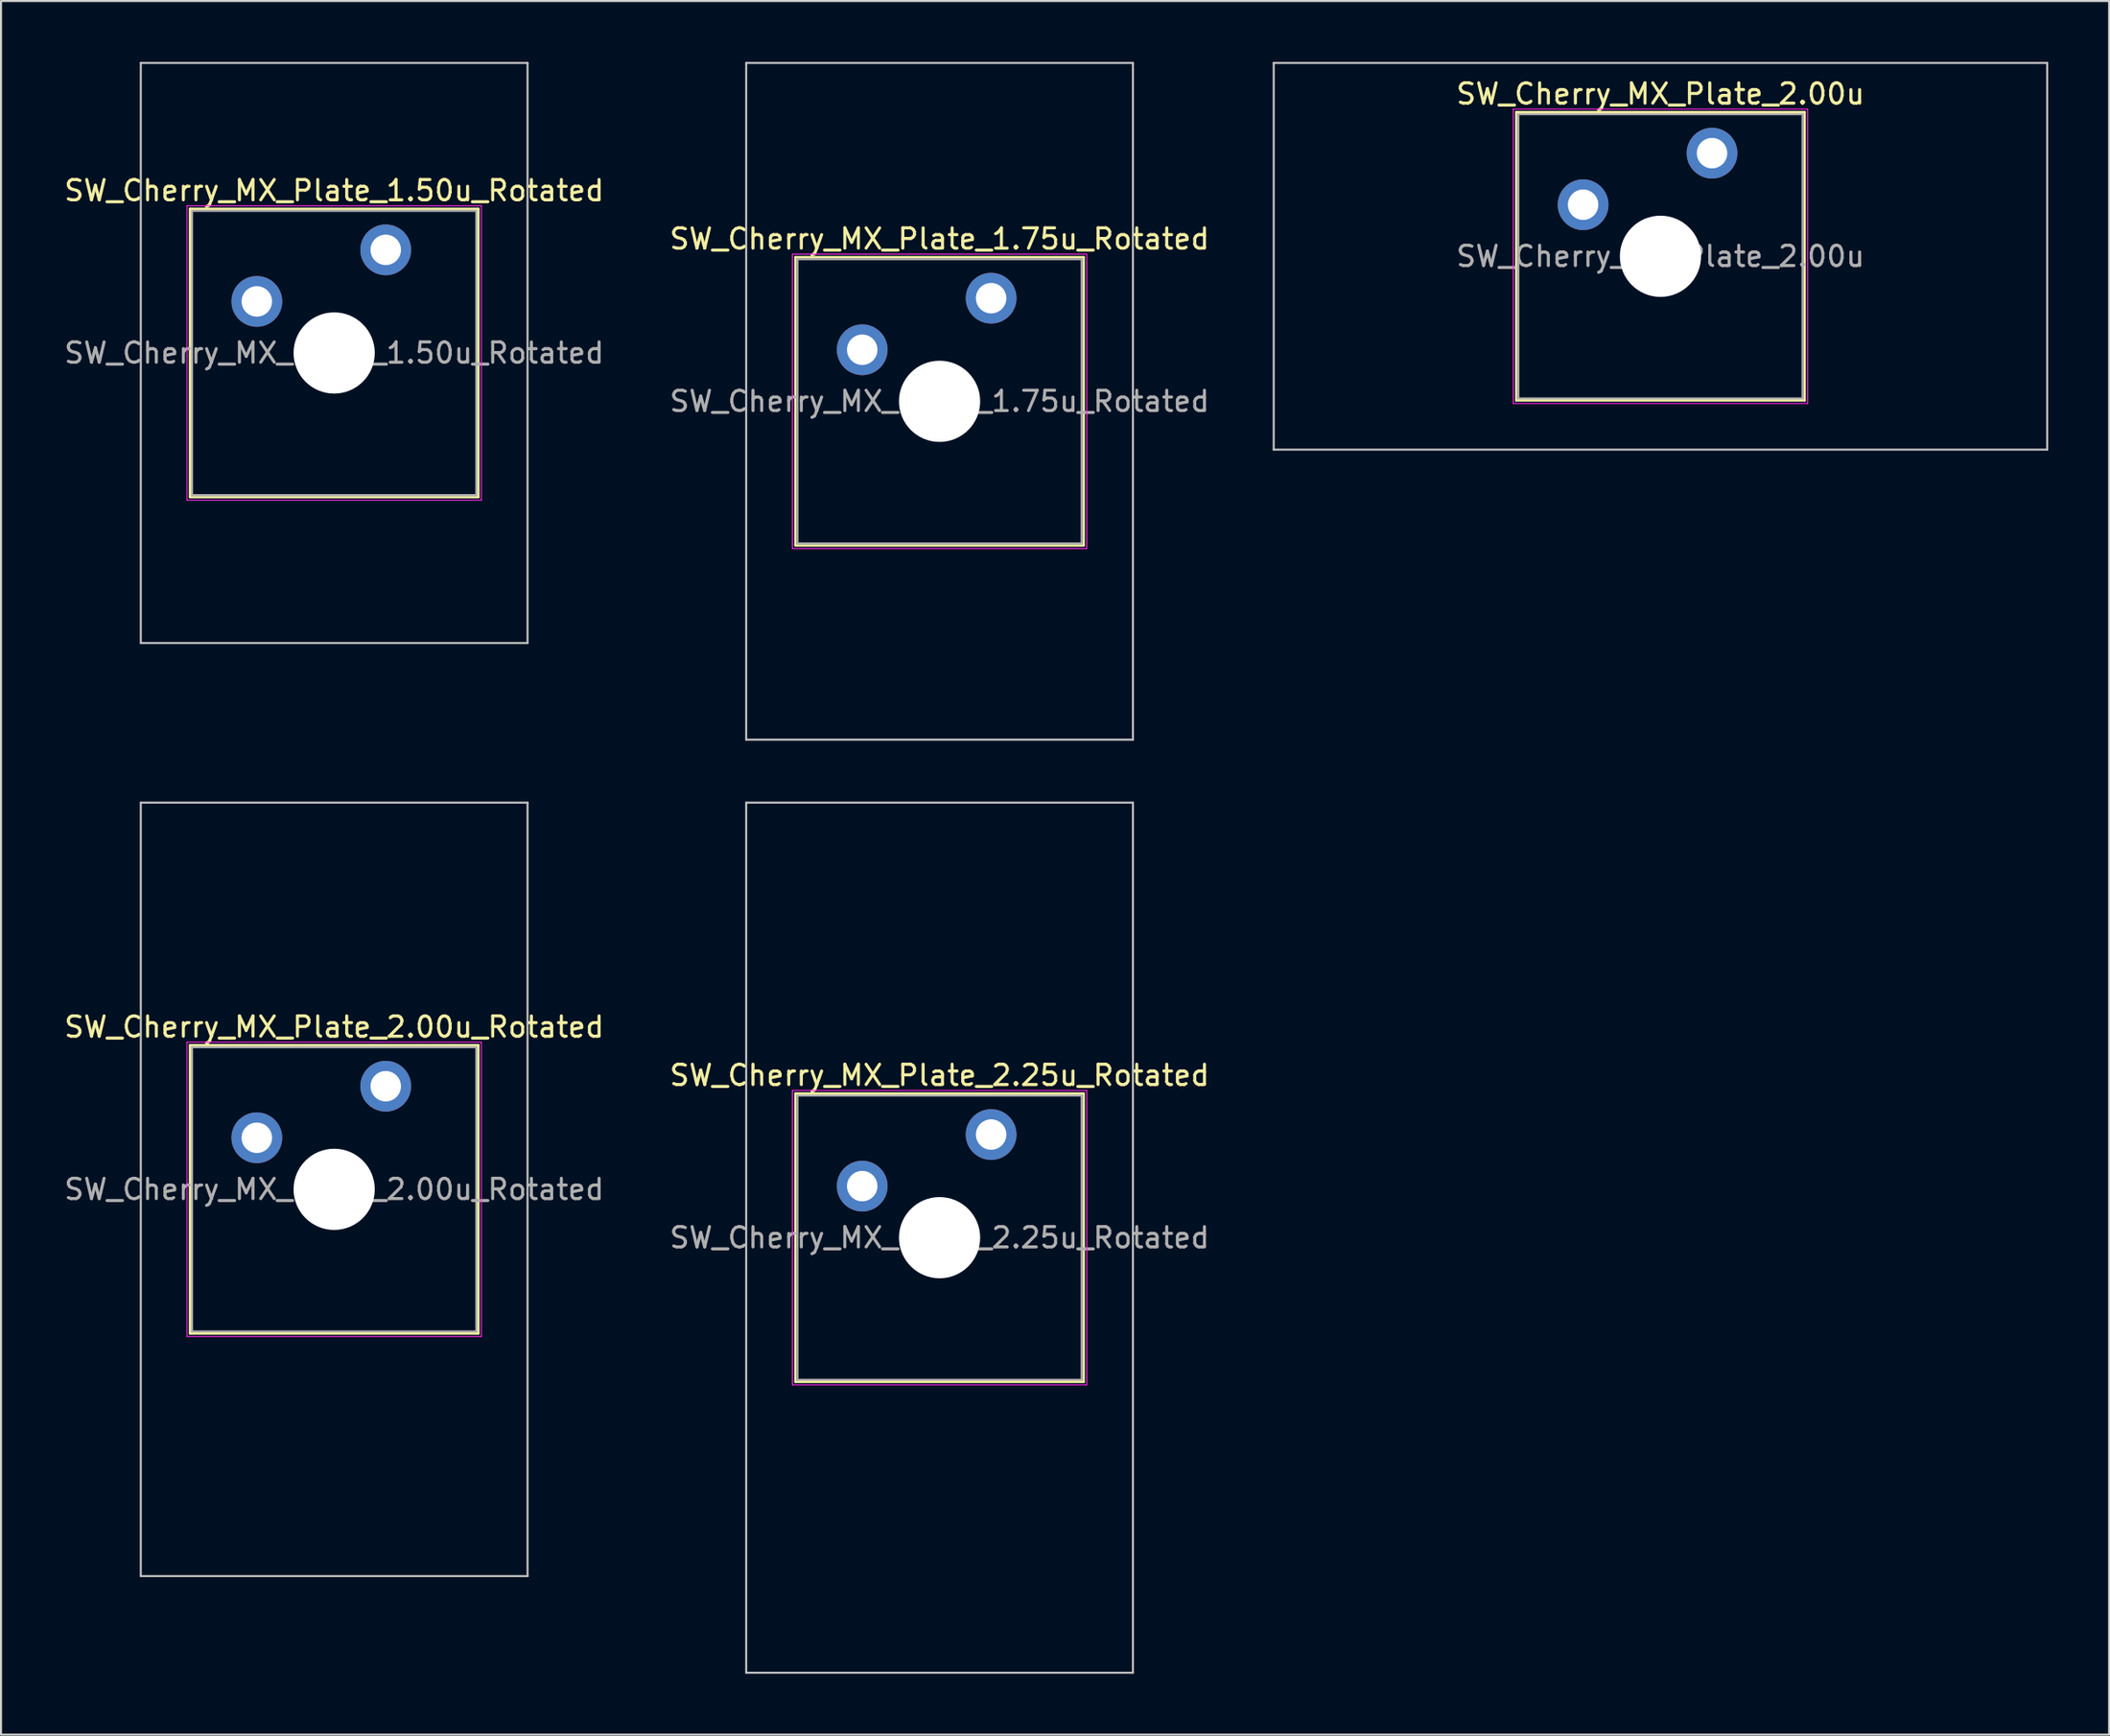
<source format=kicad_pcb>
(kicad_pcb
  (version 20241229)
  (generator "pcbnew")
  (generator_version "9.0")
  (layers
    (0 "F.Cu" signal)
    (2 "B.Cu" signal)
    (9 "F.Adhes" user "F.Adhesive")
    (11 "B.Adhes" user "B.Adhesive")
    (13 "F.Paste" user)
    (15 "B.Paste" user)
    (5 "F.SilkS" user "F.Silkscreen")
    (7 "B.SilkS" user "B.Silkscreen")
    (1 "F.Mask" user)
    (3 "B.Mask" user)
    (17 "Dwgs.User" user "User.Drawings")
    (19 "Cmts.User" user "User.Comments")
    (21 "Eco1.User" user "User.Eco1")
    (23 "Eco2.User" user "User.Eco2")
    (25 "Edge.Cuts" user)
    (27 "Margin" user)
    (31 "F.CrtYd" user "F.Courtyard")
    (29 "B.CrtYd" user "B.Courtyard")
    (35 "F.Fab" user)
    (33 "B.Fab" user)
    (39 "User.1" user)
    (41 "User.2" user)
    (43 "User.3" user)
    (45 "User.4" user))
  (footprint "SW_Cherry_MX_Plate_2.00u"
    (layer "F.Cu")
    (at 78.743 9.575)
    (property "Reference" "SW_Cherry_MX_Plate_2.00u" (at 0 -8 0) (layer "F.SilkS") (effects (font (size 1 1) (thickness 0.15))))
    (attr through_hole)
    (fp_line (start -7.1 -7.1) (end -7.1 7.1) (stroke (width 0.12) (type solid)) (layer "F.SilkS"))
    (fp_line (start -7.1 7.1) (end 7.1 7.1) (stroke (width 0.12) (type solid)) (layer "F.SilkS"))
    (fp_line (start 7.1 -7.1) (end -7.1 -7.1) (stroke (width 0.12) (type solid)) (layer "F.SilkS"))
    (fp_line (start 7.1 7.1) (end 7.1 -7.1) (stroke (width 0.12) (type solid)) (layer "F.SilkS"))
    (fp_line (start -19.05 -9.525) (end -19.05 9.525) (stroke (width 0.1) (type solid)) (layer "Dwgs.User"))
    (fp_line (start -19.05 9.525) (end 19.05 9.525) (stroke (width 0.1) (type solid)) (layer "Dwgs.User"))
    (fp_line (start 19.05 -9.525) (end -19.05 -9.525) (stroke (width 0.1) (type solid)) (layer "Dwgs.User"))
    (fp_line (start 19.05 9.525) (end 19.05 -9.525) (stroke (width 0.1) (type solid)) (layer "Dwgs.User"))
    (fp_line (start -7.25 -7.25) (end -7.25 7.25) (stroke (width 0.05) (type solid)) (layer "F.CrtYd"))
    (fp_line (start -7.25 7.25) (end 7.25 7.25) (stroke (width 0.05) (type solid)) (layer "F.CrtYd"))
    (fp_line (start 7.25 -7.25) (end -7.25 -7.25) (stroke (width 0.05) (type solid)) (layer "F.CrtYd"))
    (fp_line (start 7.25 7.25) (end 7.25 -7.25) (stroke (width 0.05) (type solid)) (layer "F.CrtYd"))
    (fp_line (start -7 -7) (end -7 7) (stroke (width 0.1) (type solid)) (layer "F.Fab"))
    (fp_line (start -7 7) (end 7 7) (stroke (width 0.1) (type solid)) (layer "F.Fab"))
    (fp_line (start 7 -7) (end -7 -7) (stroke (width 0.1) (type solid)) (layer "F.Fab"))
    (fp_line (start 7 7) (end 7 -7) (stroke (width 0.1) (type solid)) (layer "F.Fab"))
    (fp_text user "${REFERENCE}" (at 0 0 0) (layer "F.Fab") (effects (font (size 1 1) (thickness 0.15))))
    (pad "" np_thru_hole circle (at 0 0) (size 4 4) (drill 4) (layers "*.Cu" "*.Mask"))
    (pad "1" thru_hole circle (at -3.81 -2.54) (size 2.5 2.5) (drill 1.5) (layers "*.Cu" "B.Mask"))
    (pad "2" thru_hole circle (at 2.54 -5.08) (size 2.5 2.5) (drill 1.5) (layers "*.Cu" "B.Mask")))
  (footprint "SW_Cherry_MX_Plate_1.50u_Rotated"
    (layer "F.Cu")
    (at 13.411 14.338)
    (property "Reference" "SW_Cherry_MX_Plate_1.50u_Rotated" (at 0 -8 0) (layer "F.SilkS") (effects (font (size 1 1) (thickness 0.15))))
    (attr through_hole)
    (fp_line (start -7.1 -7.1) (end -7.1 7.1) (stroke (width 0.12) (type solid)) (layer "F.SilkS"))
    (fp_line (start -7.1 7.1) (end 7.1 7.1) (stroke (width 0.12) (type solid)) (layer "F.SilkS"))
    (fp_line (start 7.1 -7.1) (end -7.1 -7.1) (stroke (width 0.12) (type solid)) (layer "F.SilkS"))
    (fp_line (start 7.1 7.1) (end 7.1 -7.1) (stroke (width 0.12) (type solid)) (layer "F.SilkS"))
    (fp_line (start -9.525 -14.287) (end -9.525 14.287) (stroke (width 0.1) (type solid)) (layer "Dwgs.User"))
    (fp_line (start -9.525 14.287) (end 9.525 14.287) (stroke (width 0.1) (type solid)) (layer "Dwgs.User"))
    (fp_line (start 9.525 -14.287) (end -9.525 -14.287) (stroke (width 0.1) (type solid)) (layer "Dwgs.User"))
    (fp_line (start 9.525 14.287) (end 9.525 -14.287) (stroke (width 0.1) (type solid)) (layer "Dwgs.User"))
    (fp_line (start -7.25 -7.25) (end -7.25 7.25) (stroke (width 0.05) (type solid)) (layer "F.CrtYd"))
    (fp_line (start -7.25 7.25) (end 7.25 7.25) (stroke (width 0.05) (type solid)) (layer "F.CrtYd"))
    (fp_line (start 7.25 -7.25) (end -7.25 -7.25) (stroke (width 0.05) (type solid)) (layer "F.CrtYd"))
    (fp_line (start 7.25 7.25) (end 7.25 -7.25) (stroke (width 0.05) (type solid)) (layer "F.CrtYd"))
    (fp_line (start -7 -7) (end -7 7) (stroke (width 0.1) (type solid)) (layer "F.Fab"))
    (fp_line (start -7 7) (end 7 7) (stroke (width 0.1) (type solid)) (layer "F.Fab"))
    (fp_line (start 7 -7) (end -7 -7) (stroke (width 0.1) (type solid)) (layer "F.Fab"))
    (fp_line (start 7 7) (end 7 -7) (stroke (width 0.1) (type solid)) (layer "F.Fab"))
    (fp_text user "${REFERENCE}" (at 0 0 0) (layer "F.Fab") (effects (font (size 1 1) (thickness 0.15))))
    (pad "" np_thru_hole circle (at 0 0) (size 4 4) (drill 4) (layers "*.Cu" "*.Mask"))
    (pad "1" thru_hole circle (at -3.81 -2.54) (size 2.5 2.5) (drill 1.5) (layers "*.Cu" "B.Mask"))
    (pad "2" thru_hole circle (at 2.54 -5.08) (size 2.5 2.5) (drill 1.5) (layers "*.Cu" "B.Mask")))
  (footprint "SW_Cherry_MX_Plate_2.00u_Rotated"
    (layer "F.Cu")
    (at 13.411 55.538)
    (property "Reference" "SW_Cherry_MX_Plate_2.00u_Rotated" (at 0 -8 0) (layer "F.SilkS") (effects (font (size 1 1) (thickness 0.15))))
    (attr through_hole)
    (fp_line (start -7.1 -7.1) (end -7.1 7.1) (stroke (width 0.12) (type solid)) (layer "F.SilkS"))
    (fp_line (start -7.1 7.1) (end 7.1 7.1) (stroke (width 0.12) (type solid)) (layer "F.SilkS"))
    (fp_line (start 7.1 -7.1) (end -7.1 -7.1) (stroke (width 0.12) (type solid)) (layer "F.SilkS"))
    (fp_line (start 7.1 7.1) (end 7.1 -7.1) (stroke (width 0.12) (type solid)) (layer "F.SilkS"))
    (fp_line (start -9.525 -19.05) (end -9.525 19.05) (stroke (width 0.1) (type solid)) (layer "Dwgs.User"))
    (fp_line (start -9.525 19.05) (end 9.525 19.05) (stroke (width 0.1) (type solid)) (layer "Dwgs.User"))
    (fp_line (start 9.525 -19.05) (end -9.525 -19.05) (stroke (width 0.1) (type solid)) (layer "Dwgs.User"))
    (fp_line (start 9.525 19.05) (end 9.525 -19.05) (stroke (width 0.1) (type solid)) (layer "Dwgs.User"))
    (fp_line (start -7.25 -7.25) (end -7.25 7.25) (stroke (width 0.05) (type solid)) (layer "F.CrtYd"))
    (fp_line (start -7.25 7.25) (end 7.25 7.25) (stroke (width 0.05) (type solid)) (layer "F.CrtYd"))
    (fp_line (start 7.25 -7.25) (end -7.25 -7.25) (stroke (width 0.05) (type solid)) (layer "F.CrtYd"))
    (fp_line (start 7.25 7.25) (end 7.25 -7.25) (stroke (width 0.05) (type solid)) (layer "F.CrtYd"))
    (fp_line (start -7 -7) (end -7 7) (stroke (width 0.1) (type solid)) (layer "F.Fab"))
    (fp_line (start -7 7) (end 7 7) (stroke (width 0.1) (type solid)) (layer "F.Fab"))
    (fp_line (start 7 -7) (end -7 -7) (stroke (width 0.1) (type solid)) (layer "F.Fab"))
    (fp_line (start 7 7) (end 7 -7) (stroke (width 0.1) (type solid)) (layer "F.Fab"))
    (fp_text user "${REFERENCE}" (at 0 0 0) (layer "F.Fab") (effects (font (size 1 1) (thickness 0.15))))
    (pad "" np_thru_hole circle (at 0 0) (size 4 4) (drill 4) (layers "*.Cu" "*.Mask"))
    (pad "1" thru_hole circle (at -3.81 -2.54) (size 2.5 2.5) (drill 1.5) (layers "*.Cu" "B.Mask"))
    (pad "2" thru_hole circle (at 2.54 -5.08) (size 2.5 2.5) (drill 1.5) (layers "*.Cu" "B.Mask")))
  (footprint "SW_Cherry_MX_Plate_2.25u_Rotated"
    (layer "F.Cu")
    (at 43.232 57.919)
    (property "Reference" "SW_Cherry_MX_Plate_2.25u_Rotated" (at 0 -8 0) (layer "F.SilkS") (effects (font (size 1 1) (thickness 0.15))))
    (attr through_hole)
    (fp_line (start -7.1 -7.1) (end -7.1 7.1) (stroke (width 0.12) (type solid)) (layer "F.SilkS"))
    (fp_line (start -7.1 7.1) (end 7.1 7.1) (stroke (width 0.12) (type solid)) (layer "F.SilkS"))
    (fp_line (start 7.1 -7.1) (end -7.1 -7.1) (stroke (width 0.12) (type solid)) (layer "F.SilkS"))
    (fp_line (start 7.1 7.1) (end 7.1 -7.1) (stroke (width 0.12) (type solid)) (layer "F.SilkS"))
    (fp_line (start -9.525 -21.431) (end -9.525 21.431) (stroke (width 0.1) (type solid)) (layer "Dwgs.User"))
    (fp_line (start -9.525 21.431) (end 9.525 21.431) (stroke (width 0.1) (type solid)) (layer "Dwgs.User"))
    (fp_line (start 9.525 -21.431) (end -9.525 -21.431) (stroke (width 0.1) (type solid)) (layer "Dwgs.User"))
    (fp_line (start 9.525 21.431) (end 9.525 -21.431) (stroke (width 0.1) (type solid)) (layer "Dwgs.User"))
    (fp_line (start -7.25 -7.25) (end -7.25 7.25) (stroke (width 0.05) (type solid)) (layer "F.CrtYd"))
    (fp_line (start -7.25 7.25) (end 7.25 7.25) (stroke (width 0.05) (type solid)) (layer "F.CrtYd"))
    (fp_line (start 7.25 -7.25) (end -7.25 -7.25) (stroke (width 0.05) (type solid)) (layer "F.CrtYd"))
    (fp_line (start 7.25 7.25) (end 7.25 -7.25) (stroke (width 0.05) (type solid)) (layer "F.CrtYd"))
    (fp_line (start -7 -7) (end -7 7) (stroke (width 0.1) (type solid)) (layer "F.Fab"))
    (fp_line (start -7 7) (end 7 7) (stroke (width 0.1) (type solid)) (layer "F.Fab"))
    (fp_line (start 7 -7) (end -7 -7) (stroke (width 0.1) (type solid)) (layer "F.Fab"))
    (fp_line (start 7 7) (end 7 -7) (stroke (width 0.1) (type solid)) (layer "F.Fab"))
    (fp_text user "${REFERENCE}" (at 0 0 0) (layer "F.Fab") (effects (font (size 1 1) (thickness 0.15))))
    (pad "" np_thru_hole circle (at 0 0) (size 4 4) (drill 4) (layers "*.Cu" "*.Mask"))
    (pad "1" thru_hole circle (at -3.81 -2.54) (size 2.5 2.5) (drill 1.5) (layers "*.Cu" "B.Mask"))
    (pad "2" thru_hole circle (at 2.54 -5.08) (size 2.5 2.5) (drill 1.5) (layers "*.Cu" "B.Mask")))
  (footprint "SW_Cherry_MX_Plate_1.75u_Rotated"
    (layer "F.Cu")
    (at 43.232 16.719)
    (property "Reference" "SW_Cherry_MX_Plate_1.75u_Rotated" (at 0 -8 0) (layer "F.SilkS") (effects (font (size 1 1) (thickness 0.15))))
    (attr through_hole)
    (fp_line (start -7.1 -7.1) (end -7.1 7.1) (stroke (width 0.12) (type solid)) (layer "F.SilkS"))
    (fp_line (start -7.1 7.1) (end 7.1 7.1) (stroke (width 0.12) (type solid)) (layer "F.SilkS"))
    (fp_line (start 7.1 -7.1) (end -7.1 -7.1) (stroke (width 0.12) (type solid)) (layer "F.SilkS"))
    (fp_line (start 7.1 7.1) (end 7.1 -7.1) (stroke (width 0.12) (type solid)) (layer "F.SilkS"))
    (fp_line (start -9.525 -16.669) (end -9.525 16.669) (stroke (width 0.1) (type solid)) (layer "Dwgs.User"))
    (fp_line (start -9.525 16.669) (end 9.525 16.669) (stroke (width 0.1) (type solid)) (layer "Dwgs.User"))
    (fp_line (start 9.525 -16.669) (end -9.525 -16.669) (stroke (width 0.1) (type solid)) (layer "Dwgs.User"))
    (fp_line (start 9.525 16.669) (end 9.525 -16.669) (stroke (width 0.1) (type solid)) (layer "Dwgs.User"))
    (fp_line (start -7.25 -7.25) (end -7.25 7.25) (stroke (width 0.05) (type solid)) (layer "F.CrtYd"))
    (fp_line (start -7.25 7.25) (end 7.25 7.25) (stroke (width 0.05) (type solid)) (layer "F.CrtYd"))
    (fp_line (start 7.25 -7.25) (end -7.25 -7.25) (stroke (width 0.05) (type solid)) (layer "F.CrtYd"))
    (fp_line (start 7.25 7.25) (end 7.25 -7.25) (stroke (width 0.05) (type solid)) (layer "F.CrtYd"))
    (fp_line (start -7 -7) (end -7 7) (stroke (width 0.1) (type solid)) (layer "F.Fab"))
    (fp_line (start -7 7) (end 7 7) (stroke (width 0.1) (type solid)) (layer "F.Fab"))
    (fp_line (start 7 -7) (end -7 -7) (stroke (width 0.1) (type solid)) (layer "F.Fab"))
    (fp_line (start 7 7) (end 7 -7) (stroke (width 0.1) (type solid)) (layer "F.Fab"))
    (fp_text user "${REFERENCE}" (at 0 0 0) (layer "F.Fab") (effects (font (size 1 1) (thickness 0.15))))
    (pad "" np_thru_hole circle (at 0 0) (size 4 4) (drill 4) (layers "*.Cu" "*.Mask"))
    (pad "1" thru_hole circle (at -3.81 -2.54) (size 2.5 2.5) (drill 1.5) (layers "*.Cu" "B.Mask"))
    (pad "2" thru_hole circle (at 2.54 -5.08) (size 2.5 2.5) (drill 1.5) (layers "*.Cu" "B.Mask")))
  (gr_rect
    (start -3 -3)
    (end 100.843 82.4)
    (stroke (width 0.1) (type default))
    (fill no)
    (layer "Edge.Cuts")))
</source>
